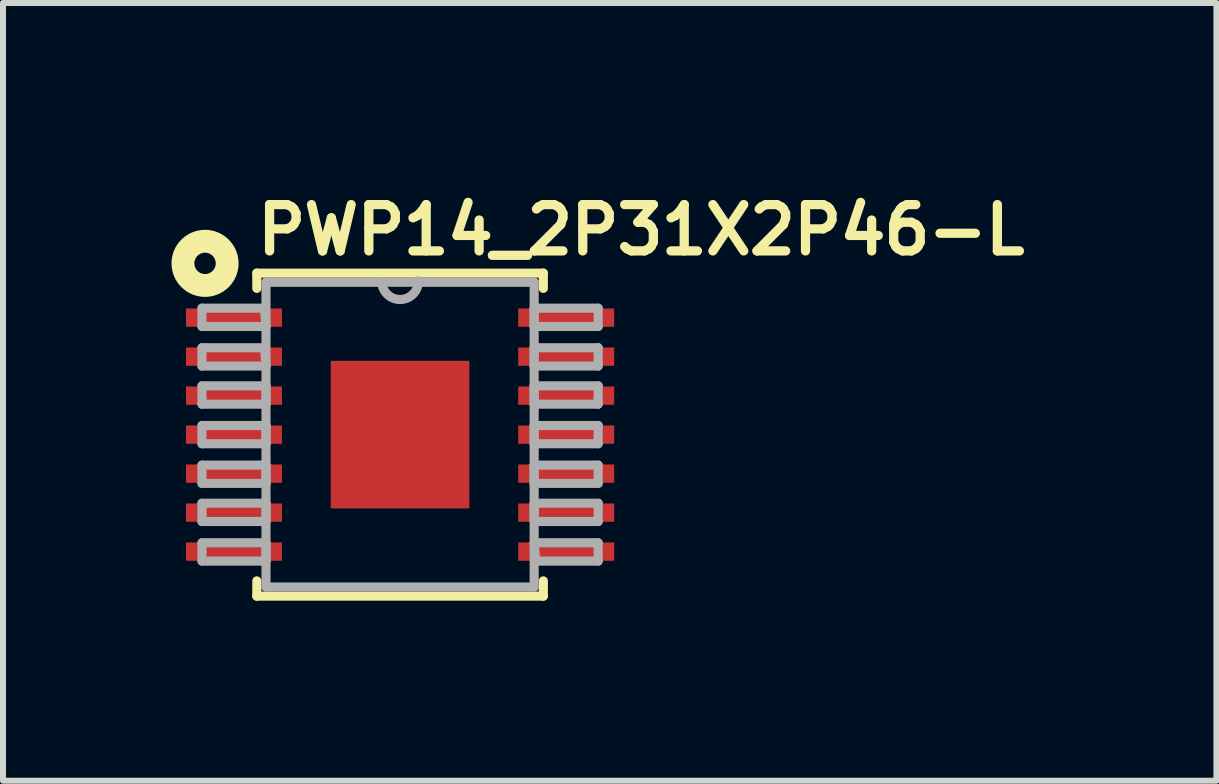
<source format=kicad_pcb>
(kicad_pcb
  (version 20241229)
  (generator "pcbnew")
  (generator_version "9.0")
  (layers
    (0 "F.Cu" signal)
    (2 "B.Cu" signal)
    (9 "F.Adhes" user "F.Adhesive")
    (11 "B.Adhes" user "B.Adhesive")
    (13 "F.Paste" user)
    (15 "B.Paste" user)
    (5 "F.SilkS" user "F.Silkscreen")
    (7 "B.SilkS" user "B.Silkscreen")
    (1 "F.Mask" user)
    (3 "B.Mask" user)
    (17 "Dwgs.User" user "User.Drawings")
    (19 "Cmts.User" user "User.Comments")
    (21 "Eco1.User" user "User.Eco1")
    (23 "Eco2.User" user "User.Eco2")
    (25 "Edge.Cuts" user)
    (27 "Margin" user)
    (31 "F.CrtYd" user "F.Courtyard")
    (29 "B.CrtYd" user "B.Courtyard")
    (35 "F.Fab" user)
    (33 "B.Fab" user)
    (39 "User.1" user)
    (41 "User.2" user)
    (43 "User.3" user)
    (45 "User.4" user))
  (footprint "PWP14_2P31X2P46-L"
    (layer "F.Cu")
    (at 3.619 4.195)
    (property "Reference" "PWP14_2P31X2P46-L" (at -2.46 -2.96 180) (layer "F.SilkS") (effects (font (size 0.772 0.772) (thickness 0.154)) (justify left bottom)))
    (attr smd)
    (fp_line (start -2.388 -2.692) (end -2.388 -2.438) (stroke (width 0.152) (type solid)) (layer "F.SilkS"))
    (fp_line (start -2.388 2.438) (end -2.388 2.692) (stroke (width 0.152) (type solid)) (layer "F.SilkS"))
    (fp_line (start -2.388 2.692) (end 2.388 2.692) (stroke (width 0.152) (type solid)) (layer "F.SilkS"))
    (fp_line (start 2.388 -2.692) (end -2.388 -2.692) (stroke (width 0.152) (type solid)) (layer "F.SilkS"))
    (fp_line (start 2.388 -2.438) (end 2.388 -2.692) (stroke (width 0.152) (type solid)) (layer "F.SilkS"))
    (fp_line (start 2.388 2.692) (end 2.388 2.438) (stroke (width 0.152) (type solid)) (layer "F.SilkS"))
    (fp_circle (center -3.251 -2.855) (end -3.073 -2.855) (stroke (width 0.381) (type solid)) (fill no) (layer "F.SilkS"))
    (fp_poly (pts (xy -1.155 -1.23) (xy -1.155 1.23) (xy 1.155 1.23) (xy 1.155 -1.23)) (stroke (width 0) (type solid)) (fill yes) (layer "F.Paste"))
    (fp_line (start -3.302 -2.108) (end -3.302 -1.803) (stroke (width 0.152) (type solid)) (layer "F.Fab"))
    (fp_line (start -3.302 -1.803) (end -2.235 -1.803) (stroke (width 0.152) (type solid)) (layer "F.Fab"))
    (fp_line (start -3.302 -1.448) (end -3.302 -1.143) (stroke (width 0.152) (type solid)) (layer "F.Fab"))
    (fp_line (start -3.302 -1.143) (end -2.235 -1.143) (stroke (width 0.152) (type solid)) (layer "F.Fab"))
    (fp_line (start -3.302 -0.813) (end -3.302 -0.508) (stroke (width 0.152) (type solid)) (layer "F.Fab"))
    (fp_line (start -3.302 -0.508) (end -2.235 -0.508) (stroke (width 0.152) (type solid)) (layer "F.Fab"))
    (fp_line (start -3.302 -0.152) (end -3.302 0.152) (stroke (width 0.152) (type solid)) (layer "F.Fab"))
    (fp_line (start -3.302 0.152) (end -2.235 0.152) (stroke (width 0.152) (type solid)) (layer "F.Fab"))
    (fp_line (start -3.302 0.508) (end -3.302 0.813) (stroke (width 0.152) (type solid)) (layer "F.Fab"))
    (fp_line (start -3.302 0.813) (end -2.235 0.813) (stroke (width 0.152) (type solid)) (layer "F.Fab"))
    (fp_line (start -3.302 1.143) (end -3.302 1.448) (stroke (width 0.152) (type solid)) (layer "F.Fab"))
    (fp_line (start -3.302 1.448) (end -2.235 1.448) (stroke (width 0.152) (type solid)) (layer "F.Fab"))
    (fp_line (start -3.302 1.803) (end -3.302 2.108) (stroke (width 0.152) (type solid)) (layer "F.Fab"))
    (fp_line (start -3.302 2.108) (end -2.235 2.108) (stroke (width 0.152) (type solid)) (layer "F.Fab"))
    (fp_line (start -2.261 -2.108) (end -3.302 -2.108) (stroke (width 0.152) (type solid)) (layer "F.Fab"))
    (fp_line (start -2.261 -1.448) (end -3.302 -1.448) (stroke (width 0.152) (type solid)) (layer "F.Fab"))
    (fp_line (start -2.235 -2.54) (end -2.235 2.54) (stroke (width 0.152) (type solid)) (layer "F.Fab"))
    (fp_line (start -2.235 -1.803) (end -2.261 -2.108) (stroke (width 0.152) (type solid)) (layer "F.Fab"))
    (fp_line (start -2.235 -1.143) (end -2.261 -1.448) (stroke (width 0.152) (type solid)) (layer "F.Fab"))
    (fp_line (start -2.235 -0.813) (end -3.302 -0.813) (stroke (width 0.152) (type solid)) (layer "F.Fab"))
    (fp_line (start -2.235 -0.508) (end -2.235 -0.813) (stroke (width 0.152) (type solid)) (layer "F.Fab"))
    (fp_line (start -2.235 -0.152) (end -3.302 -0.152) (stroke (width 0.152) (type solid)) (layer "F.Fab"))
    (fp_line (start -2.235 0.152) (end -2.235 -0.152) (stroke (width 0.152) (type solid)) (layer "F.Fab"))
    (fp_line (start -2.235 0.508) (end -3.302 0.508) (stroke (width 0.152) (type solid)) (layer "F.Fab"))
    (fp_line (start -2.235 0.813) (end -2.235 0.508) (stroke (width 0.152) (type solid)) (layer "F.Fab"))
    (fp_line (start -2.235 1.143) (end -3.302 1.143) (stroke (width 0.152) (type solid)) (layer "F.Fab"))
    (fp_line (start -2.235 1.448) (end -2.235 1.143) (stroke (width 0.152) (type solid)) (layer "F.Fab"))
    (fp_line (start -2.235 1.803) (end -3.302 1.803) (stroke (width 0.152) (type solid)) (layer "F.Fab"))
    (fp_line (start -2.235 2.108) (end -2.235 1.803) (stroke (width 0.152) (type solid)) (layer "F.Fab"))
    (fp_line (start -2.235 2.54) (end 2.235 2.54) (stroke (width 0.152) (type solid)) (layer "F.Fab"))
    (fp_line (start -0.305 -2.54) (end -2.235 -2.54) (stroke (width 0.152) (type solid)) (layer "F.Fab"))
    (fp_line (start 2.235 -2.54) (end -0.305 -2.54) (stroke (width 0.152) (type solid)) (layer "F.Fab"))
    (fp_line (start 2.235 -2.108) (end 2.235 -1.803) (stroke (width 0.152) (type solid)) (layer "F.Fab"))
    (fp_line (start 2.235 -1.803) (end 3.302 -1.803) (stroke (width 0.152) (type solid)) (layer "F.Fab"))
    (fp_line (start 2.235 -1.448) (end 2.235 -1.143) (stroke (width 0.152) (type solid)) (layer "F.Fab"))
    (fp_line (start 2.235 -1.143) (end 3.302 -1.143) (stroke (width 0.152) (type solid)) (layer "F.Fab"))
    (fp_line (start 2.235 -0.813) (end 2.235 -0.508) (stroke (width 0.152) (type solid)) (layer "F.Fab"))
    (fp_line (start 2.235 -0.508) (end 3.302 -0.508) (stroke (width 0.152) (type solid)) (layer "F.Fab"))
    (fp_line (start 2.235 -0.152) (end 2.235 0.152) (stroke (width 0.152) (type solid)) (layer "F.Fab"))
    (fp_line (start 2.235 0.152) (end 3.302 0.152) (stroke (width 0.152) (type solid)) (layer "F.Fab"))
    (fp_line (start 2.235 0.508) (end 2.235 0.813) (stroke (width 0.152) (type solid)) (layer "F.Fab"))
    (fp_line (start 2.235 0.813) (end 3.302 0.813) (stroke (width 0.152) (type solid)) (layer "F.Fab"))
    (fp_line (start 2.235 1.143) (end 2.235 1.448) (stroke (width 0.152) (type solid)) (layer "F.Fab"))
    (fp_line (start 2.235 1.448) (end 3.302 1.448) (stroke (width 0.152) (type solid)) (layer "F.Fab"))
    (fp_line (start 2.235 1.803) (end 2.261 2.108) (stroke (width 0.152) (type solid)) (layer "F.Fab"))
    (fp_line (start 2.235 2.54) (end 2.235 -2.54) (stroke (width 0.152) (type solid)) (layer "F.Fab"))
    (fp_line (start 2.261 2.108) (end 3.302 2.108) (stroke (width 0.152) (type solid)) (layer "F.Fab"))
    (fp_line (start 3.302 -2.108) (end 2.235 -2.108) (stroke (width 0.152) (type solid)) (layer "F.Fab"))
    (fp_line (start 3.302 -1.803) (end 3.302 -2.108) (stroke (width 0.152) (type solid)) (layer "F.Fab"))
    (fp_line (start 3.302 -1.448) (end 2.235 -1.448) (stroke (width 0.152) (type solid)) (layer "F.Fab"))
    (fp_line (start 3.302 -1.143) (end 3.302 -1.448) (stroke (width 0.152) (type solid)) (layer "F.Fab"))
    (fp_line (start 3.302 -0.813) (end 2.235 -0.813) (stroke (width 0.152) (type solid)) (layer "F.Fab"))
    (fp_line (start 3.302 -0.508) (end 3.302 -0.813) (stroke (width 0.152) (type solid)) (layer "F.Fab"))
    (fp_line (start 3.302 -0.152) (end 2.235 -0.152) (stroke (width 0.152) (type solid)) (layer "F.Fab"))
    (fp_line (start 3.302 0.152) (end 3.302 -0.152) (stroke (width 0.152) (type solid)) (layer "F.Fab"))
    (fp_line (start 3.302 0.508) (end 2.235 0.508) (stroke (width 0.152) (type solid)) (layer "F.Fab"))
    (fp_line (start 3.302 0.813) (end 3.302 0.508) (stroke (width 0.152) (type solid)) (layer "F.Fab"))
    (fp_line (start 3.302 1.143) (end 2.235 1.143) (stroke (width 0.152) (type solid)) (layer "F.Fab"))
    (fp_line (start 3.302 1.448) (end 3.302 1.143) (stroke (width 0.152) (type solid)) (layer "F.Fab"))
    (fp_line (start 3.302 1.803) (end 2.235 1.803) (stroke (width 0.152) (type solid)) (layer "F.Fab"))
    (fp_line (start 3.302 2.108) (end 3.302 1.803) (stroke (width 0.152) (type solid)) (layer "F.Fab"))
    (fp_arc (start 0.3048 -2.5654) (mid 0.0127 -2.2479) (end -0.3048 -2.54) (stroke (width 0.1524) (type solid)) (layer "F.Fab"))
    (pad "1" smd rect (at -2.769 -1.95) (size 1.6 0.305) (layers "F.Cu" "F.Mask" "F.Paste"))
    (pad "2" smd rect (at -2.769 -1.3) (size 1.6 0.305) (layers "F.Cu" "F.Mask" "F.Paste"))
    (pad "3" smd rect (at -2.769 -0.65) (size 1.6 0.305) (layers "F.Cu" "F.Mask" "F.Paste"))
    (pad "4" smd rect (at -2.769 0) (size 1.6 0.305) (layers "F.Cu" "F.Mask" "F.Paste"))
    (pad "5" smd rect (at -2.769 0.65) (size 1.6 0.305) (layers "F.Cu" "F.Mask" "F.Paste"))
    (pad "6" smd rect (at -2.769 1.3) (size 1.6 0.305) (layers "F.Cu" "F.Mask" "F.Paste"))
    (pad "7" smd rect (at -2.769 1.95) (size 1.6 0.305) (layers "F.Cu" "F.Mask" "F.Paste"))
    (pad "8" smd rect (at 2.769 1.95) (size 1.6 0.305) (layers "F.Cu" "F.Mask" "F.Paste"))
    (pad "9" smd rect (at 2.769 1.3) (size 1.6 0.305) (layers "F.Cu" "F.Mask" "F.Paste"))
    (pad "10" smd rect (at 2.769 0.65) (size 1.6 0.305) (layers "F.Cu" "F.Mask" "F.Paste"))
    (pad "11" smd rect (at 2.769 0) (size 1.6 0.305) (layers "F.Cu" "F.Mask" "F.Paste"))
    (pad "12" smd rect (at 2.769 -0.65) (size 1.6 0.305) (layers "F.Cu" "F.Mask" "F.Paste"))
    (pad "13" smd rect (at 2.769 -1.3) (size 1.6 0.305) (layers "F.Cu" "F.Mask" "F.Paste"))
    (pad "14" smd rect (at 2.769 -1.95) (size 1.6 0.305) (layers "F.Cu" "F.Mask" "F.Paste"))
    (pad "15" smd rect (at 0 0) (size 2.31 2.46) (layers "F.Cu" "F.Mask" "F.Paste")))
  (gr_rect
    (start -3 -3)
    (end 17.227 9.964)
    (stroke (width 0.1) (type default))
    (fill no)
    (layer "Edge.Cuts")))
</source>
